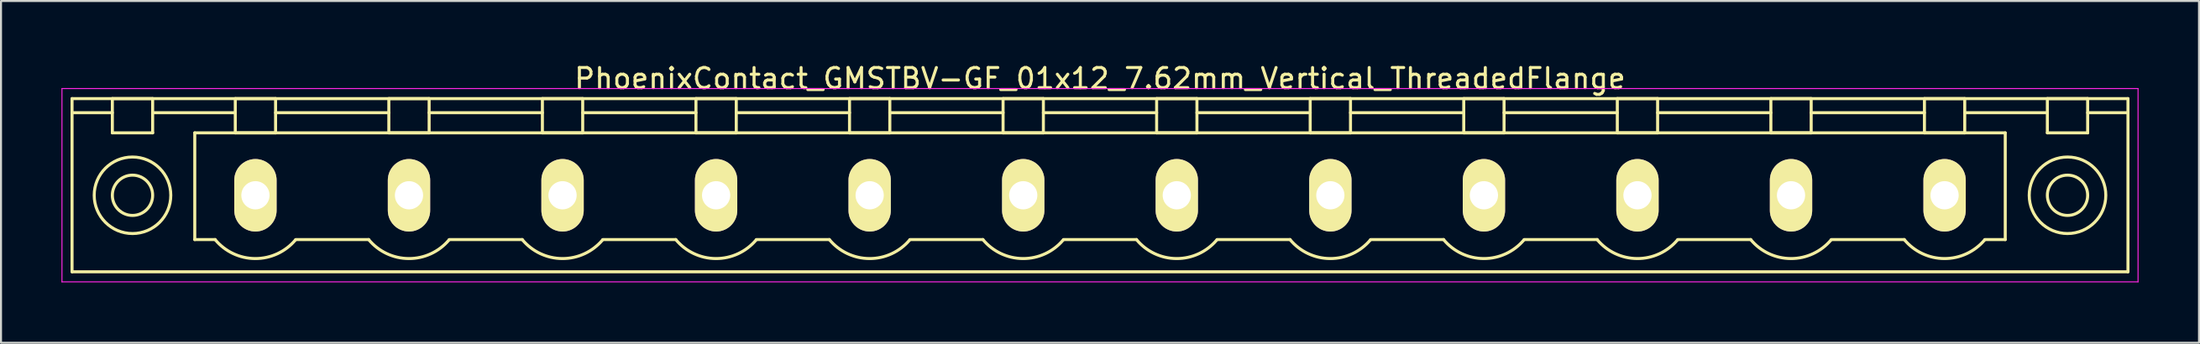
<source format=kicad_pcb>
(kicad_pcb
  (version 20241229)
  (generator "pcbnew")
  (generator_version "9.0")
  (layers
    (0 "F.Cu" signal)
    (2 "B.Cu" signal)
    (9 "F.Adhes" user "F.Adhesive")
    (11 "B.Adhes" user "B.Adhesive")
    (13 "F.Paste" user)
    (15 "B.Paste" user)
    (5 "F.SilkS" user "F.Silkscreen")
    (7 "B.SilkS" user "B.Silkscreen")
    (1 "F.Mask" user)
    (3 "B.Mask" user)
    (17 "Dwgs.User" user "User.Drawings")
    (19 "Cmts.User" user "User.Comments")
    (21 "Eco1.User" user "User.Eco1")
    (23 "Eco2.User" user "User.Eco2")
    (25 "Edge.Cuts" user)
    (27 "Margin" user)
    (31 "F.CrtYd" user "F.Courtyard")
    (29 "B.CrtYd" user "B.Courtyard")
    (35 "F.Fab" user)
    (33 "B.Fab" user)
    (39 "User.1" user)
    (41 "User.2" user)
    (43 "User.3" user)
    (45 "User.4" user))
  (footprint "PhoenixContact_GMSTBV-GF_01x12_7.62mm_Vertical_ThreadedFlange"
    (layer "F.Cu")
    (at 9.625 6.648)
    (property "Reference" "PhoenixContact_GMSTBV-GF_01x12_7.62mm_Vertical_ThreadedFlange" (at 41.91 -5.8 0) (layer "F.SilkS") (effects (font (size 1 1) (thickness 0.15))))
    (attr through_hole)
    (fp_line (start -9.1 -4.8) (end -9.1 3.8) (stroke (width 0.15) (type solid)) (layer "F.SilkS"))
    (fp_line (start -9.1 -4.1) (end -7.1 -4.1) (stroke (width 0.15) (type solid)) (layer "F.SilkS"))
    (fp_line (start -9.1 3.8) (end 92.92 3.8) (stroke (width 0.15) (type solid)) (layer "F.SilkS"))
    (fp_line (start -7.1 -4.8) (end -5.1 -4.8) (stroke (width 0.15) (type solid)) (layer "F.SilkS"))
    (fp_line (start -7.1 -3.1) (end -7.1 -4.8) (stroke (width 0.15) (type solid)) (layer "F.SilkS"))
    (fp_line (start -5.1 -4.8) (end -5.1 -3.1) (stroke (width 0.15) (type solid)) (layer "F.SilkS"))
    (fp_line (start -5.1 -4.1) (end -1 -4.1) (stroke (width 0.15) (type solid)) (layer "F.SilkS"))
    (fp_line (start -5.1 -3.1) (end -7.1 -3.1) (stroke (width 0.15) (type solid)) (layer "F.SilkS"))
    (fp_line (start -3.01 -3.1) (end 86.83 -3.1) (stroke (width 0.15) (type solid)) (layer "F.SilkS"))
    (fp_line (start -3.01 2.2) (end -3.01 -3.1) (stroke (width 0.15) (type solid)) (layer "F.SilkS"))
    (fp_line (start -2 2.2) (end -3.01 2.2) (stroke (width 0.15) (type solid)) (layer "F.SilkS"))
    (fp_line (start -1 -4.8) (end 1 -4.8) (stroke (width 0.15) (type solid)) (layer "F.SilkS"))
    (fp_line (start -1 -3.1) (end -1 -4.8) (stroke (width 0.15) (type solid)) (layer "F.SilkS"))
    (fp_line (start 1 -4.8) (end 1 -3.1) (stroke (width 0.15) (type solid)) (layer "F.SilkS"))
    (fp_line (start 1 -4.1) (end 6.62 -4.1) (stroke (width 0.15) (type solid)) (layer "F.SilkS"))
    (fp_line (start 1 -3.1) (end -1 -3.1) (stroke (width 0.15) (type solid)) (layer "F.SilkS"))
    (fp_line (start 2 2.2) (end 5.62 2.2) (stroke (width 0.15) (type solid)) (layer "F.SilkS"))
    (fp_line (start 6.62 -4.8) (end 8.62 -4.8) (stroke (width 0.15) (type solid)) (layer "F.SilkS"))
    (fp_line (start 6.62 -3.1) (end 6.62 -4.8) (stroke (width 0.15) (type solid)) (layer "F.SilkS"))
    (fp_line (start 8.62 -4.8) (end 8.62 -3.1) (stroke (width 0.15) (type solid)) (layer "F.SilkS"))
    (fp_line (start 8.62 -4.1) (end 14.24 -4.1) (stroke (width 0.15) (type solid)) (layer "F.SilkS"))
    (fp_line (start 8.62 -3.1) (end 6.62 -3.1) (stroke (width 0.15) (type solid)) (layer "F.SilkS"))
    (fp_line (start 9.62 2.2) (end 13.24 2.2) (stroke (width 0.15) (type solid)) (layer "F.SilkS"))
    (fp_line (start 14.24 -4.8) (end 16.24 -4.8) (stroke (width 0.15) (type solid)) (layer "F.SilkS"))
    (fp_line (start 14.24 -3.1) (end 14.24 -4.8) (stroke (width 0.15) (type solid)) (layer "F.SilkS"))
    (fp_line (start 16.24 -4.8) (end 16.24 -3.1) (stroke (width 0.15) (type solid)) (layer "F.SilkS"))
    (fp_line (start 16.24 -4.1) (end 21.86 -4.1) (stroke (width 0.15) (type solid)) (layer "F.SilkS"))
    (fp_line (start 16.24 -3.1) (end 14.24 -3.1) (stroke (width 0.15) (type solid)) (layer "F.SilkS"))
    (fp_line (start 17.24 2.2) (end 20.86 2.2) (stroke (width 0.15) (type solid)) (layer "F.SilkS"))
    (fp_line (start 21.86 -4.8) (end 23.86 -4.8) (stroke (width 0.15) (type solid)) (layer "F.SilkS"))
    (fp_line (start 21.86 -3.1) (end 21.86 -4.8) (stroke (width 0.15) (type solid)) (layer "F.SilkS"))
    (fp_line (start 23.86 -4.8) (end 23.86 -3.1) (stroke (width 0.15) (type solid)) (layer "F.SilkS"))
    (fp_line (start 23.86 -4.1) (end 29.48 -4.1) (stroke (width 0.15) (type solid)) (layer "F.SilkS"))
    (fp_line (start 23.86 -3.1) (end 21.86 -3.1) (stroke (width 0.15) (type solid)) (layer "F.SilkS"))
    (fp_line (start 24.86 2.2) (end 28.48 2.2) (stroke (width 0.15) (type solid)) (layer "F.SilkS"))
    (fp_line (start 29.48 -4.8) (end 31.48 -4.8) (stroke (width 0.15) (type solid)) (layer "F.SilkS"))
    (fp_line (start 29.48 -3.1) (end 29.48 -4.8) (stroke (width 0.15) (type solid)) (layer "F.SilkS"))
    (fp_line (start 31.48 -4.8) (end 31.48 -3.1) (stroke (width 0.15) (type solid)) (layer "F.SilkS"))
    (fp_line (start 31.48 -4.1) (end 37.1 -4.1) (stroke (width 0.15) (type solid)) (layer "F.SilkS"))
    (fp_line (start 31.48 -3.1) (end 29.48 -3.1) (stroke (width 0.15) (type solid)) (layer "F.SilkS"))
    (fp_line (start 32.48 2.2) (end 36.1 2.2) (stroke (width 0.15) (type solid)) (layer "F.SilkS"))
    (fp_line (start 37.1 -4.8) (end 39.1 -4.8) (stroke (width 0.15) (type solid)) (layer "F.SilkS"))
    (fp_line (start 37.1 -3.1) (end 37.1 -4.8) (stroke (width 0.15) (type solid)) (layer "F.SilkS"))
    (fp_line (start 39.1 -4.8) (end 39.1 -3.1) (stroke (width 0.15) (type solid)) (layer "F.SilkS"))
    (fp_line (start 39.1 -4.1) (end 44.72 -4.1) (stroke (width 0.15) (type solid)) (layer "F.SilkS"))
    (fp_line (start 39.1 -3.1) (end 37.1 -3.1) (stroke (width 0.15) (type solid)) (layer "F.SilkS"))
    (fp_line (start 40.1 2.2) (end 43.72 2.2) (stroke (width 0.15) (type solid)) (layer "F.SilkS"))
    (fp_line (start 44.72 -4.8) (end 46.72 -4.8) (stroke (width 0.15) (type solid)) (layer "F.SilkS"))
    (fp_line (start 44.72 -3.1) (end 44.72 -4.8) (stroke (width 0.15) (type solid)) (layer "F.SilkS"))
    (fp_line (start 46.72 -4.8) (end 46.72 -3.1) (stroke (width 0.15) (type solid)) (layer "F.SilkS"))
    (fp_line (start 46.72 -4.1) (end 52.34 -4.1) (stroke (width 0.15) (type solid)) (layer "F.SilkS"))
    (fp_line (start 46.72 -3.1) (end 44.72 -3.1) (stroke (width 0.15) (type solid)) (layer "F.SilkS"))
    (fp_line (start 47.72 2.2) (end 51.34 2.2) (stroke (width 0.15) (type solid)) (layer "F.SilkS"))
    (fp_line (start 52.34 -4.8) (end 54.34 -4.8) (stroke (width 0.15) (type solid)) (layer "F.SilkS"))
    (fp_line (start 52.34 -3.1) (end 52.34 -4.8) (stroke (width 0.15) (type solid)) (layer "F.SilkS"))
    (fp_line (start 54.34 -4.8) (end 54.34 -3.1) (stroke (width 0.15) (type solid)) (layer "F.SilkS"))
    (fp_line (start 54.34 -4.1) (end 59.96 -4.1) (stroke (width 0.15) (type solid)) (layer "F.SilkS"))
    (fp_line (start 54.34 -3.1) (end 52.34 -3.1) (stroke (width 0.15) (type solid)) (layer "F.SilkS"))
    (fp_line (start 55.34 2.2) (end 58.96 2.2) (stroke (width 0.15) (type solid)) (layer "F.SilkS"))
    (fp_line (start 59.96 -4.8) (end 61.96 -4.8) (stroke (width 0.15) (type solid)) (layer "F.SilkS"))
    (fp_line (start 59.96 -3.1) (end 59.96 -4.8) (stroke (width 0.15) (type solid)) (layer "F.SilkS"))
    (fp_line (start 61.96 -4.8) (end 61.96 -3.1) (stroke (width 0.15) (type solid)) (layer "F.SilkS"))
    (fp_line (start 61.96 -4.1) (end 67.58 -4.1) (stroke (width 0.15) (type solid)) (layer "F.SilkS"))
    (fp_line (start 61.96 -3.1) (end 59.96 -3.1) (stroke (width 0.15) (type solid)) (layer "F.SilkS"))
    (fp_line (start 62.96 2.2) (end 66.58 2.2) (stroke (width 0.15) (type solid)) (layer "F.SilkS"))
    (fp_line (start 67.58 -4.8) (end 69.58 -4.8) (stroke (width 0.15) (type solid)) (layer "F.SilkS"))
    (fp_line (start 67.58 -3.1) (end 67.58 -4.8) (stroke (width 0.15) (type solid)) (layer "F.SilkS"))
    (fp_line (start 69.58 -4.8) (end 69.58 -3.1) (stroke (width 0.15) (type solid)) (layer "F.SilkS"))
    (fp_line (start 69.58 -4.1) (end 75.2 -4.1) (stroke (width 0.15) (type solid)) (layer "F.SilkS"))
    (fp_line (start 69.58 -3.1) (end 67.58 -3.1) (stroke (width 0.15) (type solid)) (layer "F.SilkS"))
    (fp_line (start 70.58 2.2) (end 74.2 2.2) (stroke (width 0.15) (type solid)) (layer "F.SilkS"))
    (fp_line (start 75.2 -4.8) (end 77.2 -4.8) (stroke (width 0.15) (type solid)) (layer "F.SilkS"))
    (fp_line (start 75.2 -3.1) (end 75.2 -4.8) (stroke (width 0.15) (type solid)) (layer "F.SilkS"))
    (fp_line (start 77.2 -4.8) (end 77.2 -3.1) (stroke (width 0.15) (type solid)) (layer "F.SilkS"))
    (fp_line (start 77.2 -4.1) (end 82.82 -4.1) (stroke (width 0.15) (type solid)) (layer "F.SilkS"))
    (fp_line (start 77.2 -3.1) (end 75.2 -3.1) (stroke (width 0.15) (type solid)) (layer "F.SilkS"))
    (fp_line (start 78.2 2.2) (end 81.82 2.2) (stroke (width 0.15) (type solid)) (layer "F.SilkS"))
    (fp_line (start 82.82 -4.8) (end 84.82 -4.8) (stroke (width 0.15) (type solid)) (layer "F.SilkS"))
    (fp_line (start 82.82 -3.1) (end 82.82 -4.8) (stroke (width 0.15) (type solid)) (layer "F.SilkS"))
    (fp_line (start 84.82 -4.8) (end 84.82 -3.1) (stroke (width 0.15) (type solid)) (layer "F.SilkS"))
    (fp_line (start 84.82 -4.1) (end 88.92 -4.1) (stroke (width 0.15) (type solid)) (layer "F.SilkS"))
    (fp_line (start 84.82 -3.1) (end 82.82 -3.1) (stroke (width 0.15) (type solid)) (layer "F.SilkS"))
    (fp_line (start 86.83 -3.1) (end 86.83 2.2) (stroke (width 0.15) (type solid)) (layer "F.SilkS"))
    (fp_line (start 86.83 2.2) (end 85.82 2.2) (stroke (width 0.15) (type solid)) (layer "F.SilkS"))
    (fp_line (start 88.92 -4.8) (end 90.92 -4.8) (stroke (width 0.15) (type solid)) (layer "F.SilkS"))
    (fp_line (start 88.92 -3.1) (end 88.92 -4.8) (stroke (width 0.15) (type solid)) (layer "F.SilkS"))
    (fp_line (start 90.92 -4.8) (end 90.92 -3.1) (stroke (width 0.15) (type solid)) (layer "F.SilkS"))
    (fp_line (start 90.92 -3.1) (end 88.92 -3.1) (stroke (width 0.15) (type solid)) (layer "F.SilkS"))
    (fp_line (start 92.92 -4.8) (end -9.1 -4.8) (stroke (width 0.15) (type solid)) (layer "F.SilkS"))
    (fp_line (start 92.92 -4.1) (end 90.92 -4.1) (stroke (width 0.15) (type solid)) (layer "F.SilkS"))
    (fp_line (start 92.92 3.8) (end 92.92 -4.8) (stroke (width 0.15) (type solid)) (layer "F.SilkS"))
    (fp_arc (start 1.986842 2.215821) (mid -0.010289 3.142758) (end -2 2.2) (stroke (width 0.15) (type solid)) (layer "F.SilkS"))
    (fp_arc (start 9.606842 2.215821) (mid 7.609711 3.142758) (end 5.62 2.2) (stroke (width 0.15) (type solid)) (layer "F.SilkS"))
    (fp_arc (start 17.226842 2.215821) (mid 15.229711 3.142758) (end 13.24 2.2) (stroke (width 0.15) (type solid)) (layer "F.SilkS"))
    (fp_arc (start 24.846842 2.215821) (mid 22.849711 3.142758) (end 20.86 2.2) (stroke (width 0.15) (type solid)) (layer "F.SilkS"))
    (fp_arc (start 32.466842 2.215821) (mid 30.469711 3.142758) (end 28.48 2.2) (stroke (width 0.15) (type solid)) (layer "F.SilkS"))
    (fp_arc (start 40.086842 2.215821) (mid 38.089711 3.142758) (end 36.1 2.2) (stroke (width 0.15) (type solid)) (layer "F.SilkS"))
    (fp_arc (start 47.706842 2.215821) (mid 45.709711 3.142758) (end 43.72 2.2) (stroke (width 0.15) (type solid)) (layer "F.SilkS"))
    (fp_arc (start 55.326842 2.215821) (mid 53.329711 3.142758) (end 51.34 2.2) (stroke (width 0.15) (type solid)) (layer "F.SilkS"))
    (fp_arc (start 62.946842 2.215821) (mid 60.949711 3.142758) (end 58.96 2.2) (stroke (width 0.15) (type solid)) (layer "F.SilkS"))
    (fp_arc (start 70.566842 2.215821) (mid 68.569711 3.142758) (end 66.58 2.2) (stroke (width 0.15) (type solid)) (layer "F.SilkS"))
    (fp_arc (start 78.186842 2.215821) (mid 76.189711 3.142758) (end 74.2 2.2) (stroke (width 0.15) (type solid)) (layer "F.SilkS"))
    (fp_arc (start 85.806842 2.215821) (mid 83.809711 3.142758) (end 81.82 2.2) (stroke (width 0.15) (type solid)) (layer "F.SilkS"))
    (fp_circle (center -6.1 0) (end -5.1 0) (stroke (width 0.15) (type solid)) (fill no) (layer "F.SilkS"))
    (fp_circle (center -6.1 0) (end -4.2 0) (stroke (width 0.15) (type solid)) (fill no) (layer "F.SilkS"))
    (fp_circle (center 89.92 0) (end 90.92 0) (stroke (width 0.15) (type solid)) (fill no) (layer "F.SilkS"))
    (fp_circle (center 89.92 0) (end 91.82 0) (stroke (width 0.15) (type solid)) (fill no) (layer "F.SilkS"))
    (fp_line (start -9.6 -5.3) (end -9.6 4.3) (stroke (width 0.05) (type solid)) (layer "F.CrtYd"))
    (fp_line (start -9.6 4.3) (end 93.42 4.3) (stroke (width 0.05) (type solid)) (layer "F.CrtYd"))
    (fp_line (start 93.42 -5.3) (end -9.6 -5.3) (stroke (width 0.05) (type solid)) (layer "F.CrtYd"))
    (fp_line (start 93.42 4.3) (end 93.42 -5.3) (stroke (width 0.05) (type solid)) (layer "F.CrtYd"))
    (pad "1" thru_hole oval (at 0 0) (size 2.1 3.6) (drill 1.4) (layers "*.Cu" "*.Mask" "F.SilkS"))
    (pad "2" thru_hole oval (at 7.62 0) (size 2.1 3.6) (drill 1.4) (layers "*.Cu" "*.Mask" "F.SilkS"))
    (pad "3" thru_hole oval (at 15.24 0) (size 2.1 3.6) (drill 1.4) (layers "*.Cu" "*.Mask" "F.SilkS"))
    (pad "4" thru_hole oval (at 22.86 0) (size 2.1 3.6) (drill 1.4) (layers "*.Cu" "*.Mask" "F.SilkS"))
    (pad "5" thru_hole oval (at 30.48 0) (size 2.1 3.6) (drill 1.4) (layers "*.Cu" "*.Mask" "F.SilkS"))
    (pad "6" thru_hole oval (at 38.1 0) (size 2.1 3.6) (drill 1.4) (layers "*.Cu" "*.Mask" "F.SilkS"))
    (pad "7" thru_hole oval (at 45.72 0) (size 2.1 3.6) (drill 1.4) (layers "*.Cu" "*.Mask" "F.SilkS"))
    (pad "8" thru_hole oval (at 53.34 0) (size 2.1 3.6) (drill 1.4) (layers "*.Cu" "*.Mask" "F.SilkS"))
    (pad "9" thru_hole oval (at 60.96 0) (size 2.1 3.6) (drill 1.4) (layers "*.Cu" "*.Mask" "F.SilkS"))
    (pad "10" thru_hole oval (at 68.58 0) (size 2.1 3.6) (drill 1.4) (layers "*.Cu" "*.Mask" "F.SilkS"))
    (pad "11" thru_hole oval (at 76.2 0) (size 2.1 3.6) (drill 1.4) (layers "*.Cu" "*.Mask" "F.SilkS"))
    (pad "12" thru_hole oval (at 83.82 0) (size 2.1 3.6) (drill 1.4) (layers "*.Cu" "*.Mask" "F.SilkS")))
  (gr_rect
    (start -3 -3)
    (end 106.07 13.973)
    (stroke (width 0.1) (type default))
    (fill no)
    (layer "Edge.Cuts")))
</source>
